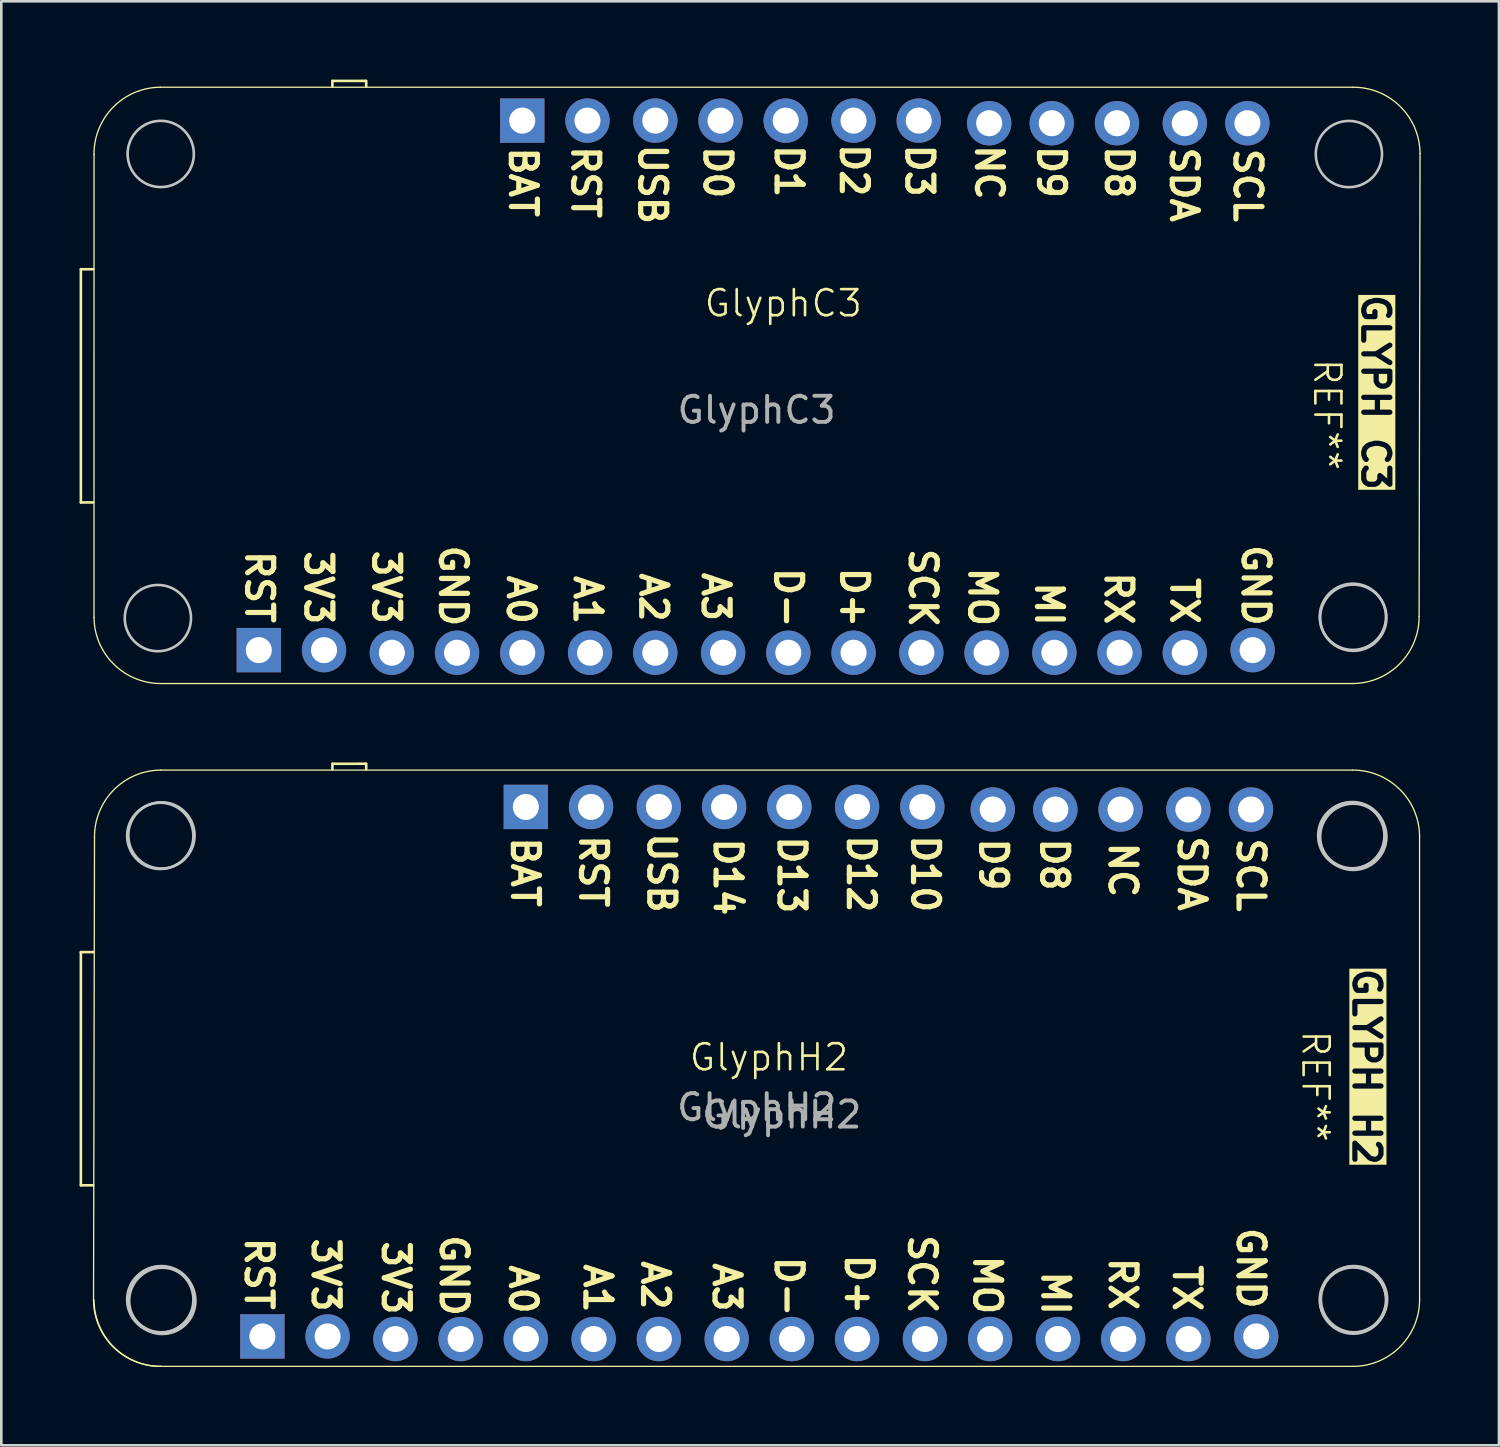
<source format=kicad_pcb>
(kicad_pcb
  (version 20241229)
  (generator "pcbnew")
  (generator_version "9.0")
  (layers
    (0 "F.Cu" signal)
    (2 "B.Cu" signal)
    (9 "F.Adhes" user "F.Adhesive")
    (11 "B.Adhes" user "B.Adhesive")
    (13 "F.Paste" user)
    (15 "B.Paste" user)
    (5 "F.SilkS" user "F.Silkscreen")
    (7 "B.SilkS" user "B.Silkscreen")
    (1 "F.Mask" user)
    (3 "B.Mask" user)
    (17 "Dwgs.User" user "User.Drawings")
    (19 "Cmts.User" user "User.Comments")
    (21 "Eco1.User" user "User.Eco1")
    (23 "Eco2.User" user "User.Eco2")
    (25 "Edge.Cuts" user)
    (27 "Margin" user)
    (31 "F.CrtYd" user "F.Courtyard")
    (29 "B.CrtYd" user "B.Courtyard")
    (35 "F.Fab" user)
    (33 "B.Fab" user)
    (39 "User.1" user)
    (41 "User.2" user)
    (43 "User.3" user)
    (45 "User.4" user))
  (footprint "GlyphH2"
    (layer "F.Cu")
    (at 26.829 37.585)
    (property "Reference" "GlyphH2" (at -0.4 -0.1 0) (unlocked yes) (layer "F.SilkS") (effects (font (size 1 1) (thickness 0.1))))
    (attr smd)
    (fp_line (start -26.779 -4.134) (end -26.779 4.806) (stroke (width 0.1) (type default)) (layer "F.SilkS"))
    (fp_line (start -26.779 4.806) (end -26.306 4.806) (stroke (width 0.1) (type default)) (layer "F.SilkS"))
    (fp_line (start -26.306 -4.134) (end -26.779 -4.134) (stroke (width 0.1) (type default)) (layer "F.SilkS"))
    (fp_line (start -26.293 9.208) (end -26.256 -8.536) (stroke (width 0.05) (type solid)) (layer "F.SilkS"))
    (fp_line (start -23.717 -11.112) (end 21.967 -11.112) (stroke (width 0.05) (type solid)) (layer "F.SilkS"))
    (fp_line (start -17.136 -11.142) (end -17.136 -11.354) (stroke (width 0.1) (type default)) (layer "F.SilkS"))
    (fp_line (start -17.126 -11.354) (end -15.856 -11.356) (stroke (width 0.1) (type default)) (layer "F.SilkS"))
    (fp_line (start -15.84 -11.142) (end -15.839 -11.356) (stroke (width 0.1) (type default)) (layer "F.SilkS"))
    (fp_line (start 22.003 11.748) (end -23.717 11.748) (stroke (width 0.05) (type solid)) (layer "F.SilkS"))
    (fp_line (start 24.543 -8.572) (end 24.543 9.172) (stroke (width 0.05) (type solid)) (layer "F.SilkS"))
    (fp_arc (start -26.256376 -8.535988) (mid -25.52 -10.35) (end -23.716635 -11.112081) (stroke (width 0.05) (type solid)) (layer "F.SilkS"))
    (fp_arc (start -23.716635 11.747917) (mid -25.530679 11.011573) (end -26.292728 9.208176) (stroke (width 0.05) (type solid)) (layer "F.SilkS"))
    (fp_arc (start -23.698589 11.747788) (mid -25.51259 11.0114) (end -26.274682 9.208047) (stroke (width 0.05) (type solid)) (layer "F.SilkS"))
    (fp_arc (start 21.967263 -11.111821) (mid 23.781264 -10.375433) (end 24.543356 -8.57208) (stroke (width 0.05) (type solid)) (layer "F.SilkS"))
    (fp_arc (start 24.543097 9.171825) (mid 23.806704 10.985821) (end 22.003356 11.747918) (stroke (width 0.05) (type solid)) (layer "F.SilkS"))
    (fp_circle (center -23.735 -8.59) (end -25.005 -8.59) (stroke (width 0.1) (type default)) (fill no) (layer "Dwgs.User"))
    (fp_circle (center -23.735 9.19) (end -25.005 9.19) (stroke (width 0.1) (type default)) (fill no) (layer "Dwgs.User"))
    (fp_circle (center -23.689 -8.608) (end -24.959 -8.608) (stroke (width 0.1) (type default)) (fill no) (layer "Dwgs.User"))
    (fp_circle (center -23.689 9.172) (end -24.959 9.172) (stroke (width 0.1) (type default)) (fill no) (layer "Dwgs.User"))
    (fp_circle (center -23.656 9.236) (end -22.386 9.236) (stroke (width 0.1) (type default)) (fill no) (layer "Dwgs.User"))
    (fp_circle (center 21.925 -8.6) (end 20.655 -8.6) (stroke (width 0.1) (type default)) (fill no) (layer "Dwgs.User"))
    (fp_circle (center 21.97 -8.618) (end 20.7 -8.618) (stroke (width 0.1) (type default)) (fill no) (layer "Dwgs.User"))
    (fp_circle (center 21.985 9.19) (end 20.715 9.19) (stroke (width 0.1) (type default)) (fill no) (layer "Dwgs.User"))
    (fp_circle (center 22.003 -8.554) (end 23.273 -8.554) (stroke (width 0.1) (type default)) (fill no) (layer "Dwgs.User"))
    (fp_circle (center 22.003 9.226) (end 23.273 9.226) (stroke (width 0.1) (type default)) (fill no) (layer "Dwgs.User"))
    (fp_circle (center 22.031 9.172) (end 20.761 9.172) (stroke (width 0.1) (type default)) (fill no) (layer "Dwgs.User"))
    (fp_text user "D9" (at 7.62 -8.6 270) (unlocked yes) (layer "F.SilkS") (effects (font (size 1 1) (thickness 0.2) (bold yes)) (justify left bottom)))
    (fp_text user "D10" (at 5.01 -8.72 270) (unlocked yes) (layer "F.SilkS") (effects (font (size 1 1) (thickness 0.2) (bold yes)) (justify left bottom)))
    (fp_text user "SCL" (at 17.49 -8.6 270) (unlocked yes) (layer "F.SilkS") (effects (font (size 1 1) (thickness 0.2) (bold yes)) (justify left bottom)))
    (fp_text user "D+" (at 2.47 7.36 270) (unlocked yes) (layer "F.SilkS") (effects (font (size 1 1) (thickness 0.2) (bold yes)) (justify left bottom)))
    (fp_text user "A2" (at -5.34 7.6 270) (unlocked yes) (layer "F.SilkS") (effects (font (size 1 1) (thickness 0.2) (bold yes)) (justify left bottom)))
    (fp_text user "GND" (at 17.49 6.33 270) (unlocked yes) (layer "F.SilkS") (effects (font (size 1 1) (thickness 0.2) (bold yes)) (justify left bottom)))
    (fp_text user "D14" (at -2.56 -8.6 270) (unlocked yes) (layer "F.SilkS") (effects (font (size 1 1) (thickness 0.2) (bold yes)) (justify left bottom)))
    (fp_text user "MO" (at 7.39 7.4 270) (unlocked yes) (layer "F.SilkS") (effects (font (size 1 1) (thickness 0.2) (bold yes)) (justify left bottom)))
    (fp_text user "A0" (at -10.41 7.76 270) (unlocked yes) (layer "F.SilkS") (effects (font (size 1 1) (thickness 0.2) (bold yes)) (justify left bottom)))
    (fp_text user "A3" (at -2.6 7.68 270) (unlocked yes) (layer "F.SilkS") (effects (font (size 1 1) (thickness 0.2) (bold yes)) (justify left bottom)))
    (fp_text user "TX" (at 15.04 7.76 270) (unlocked yes) (layer "F.SilkS") (effects (font (size 1 1) (thickness 0.2) (bold yes)) (justify left bottom)))
    (fp_text user "MI" (at 10 8 270) (unlocked yes) (layer "F.SilkS") (effects (font (size 1 1) (thickness 0.2) (bold yes)) (justify left bottom)))
    (fp_text user "3V3" (at -15.28 6.84 270) (unlocked yes) (layer "F.SilkS") (effects (font (size 1 1) (thickness 0.2) (bold yes)) (justify left bottom)))
    (fp_text user "REF**" (at 19.97 -1.2 270) (unlocked yes) (layer "F.SilkS") (effects (font (size 1 1) (thickness 0.1)) (justify left bottom)))
    (fp_text user "RX" (at 12.58 7.48 270) (unlocked yes) (layer "F.SilkS") (effects (font (size 1 1) (thickness 0.2) (bold yes)) (justify left bottom)))
    (fp_text user "SCK" (at 4.89 6.61 270) (unlocked yes) (layer "F.SilkS") (effects (font (size 1 1) (thickness 0.2) (bold yes)) (justify left bottom)))
    (fp_text user "D13" (at -0.11 -8.68 270) (unlocked yes) (layer "F.SilkS") (effects (font (size 1 1) (thickness 0.2) (bold yes)) (justify left bottom)))
    (fp_text user "USB" (at -5.1 -8.8 270) (unlocked yes) (layer "F.SilkS") (effects (font (size 1 1) (thickness 0.2) (bold yes)) (justify left bottom)))
    (fp_text user "BAT" (at -10.33 -8.64 270) (unlocked yes) (layer "F.SilkS") (effects (font (size 1 1) (thickness 0.2) (bold yes)) (justify left bottom)))
    (fp_text user "NC" (at 12.58 -8.44 270) (unlocked yes) (layer "F.SilkS") (effects (font (size 1 1) (thickness 0.2) (bold yes)) (justify left bottom)))
    (fp_text user "A1" (at -7.55 7.72 270) (unlocked yes) (layer "F.SilkS") (effects (font (size 1 1) (thickness 0.2) (bold yes)) (justify left bottom)))
    (fp_text user "D12" (at 2.55 -8.72 270) (unlocked yes) (layer "F.SilkS") (effects (font (size 1 1) (thickness 0.2) (bold yes)) (justify left bottom)))
    (fp_text user "GND" (at -13.06 6.61 270) (unlocked yes) (layer "F.SilkS") (effects (font (size 1 1) (thickness 0.2) (bold yes)) (justify left bottom)))
    (fp_text user "RST" (at -7.72 -8.72 270) (unlocked yes) (layer "F.SilkS") (effects (font (size 1 1) (thickness 0.2) (bold yes)) (justify left bottom)))
    (fp_text user "GLYPH H2" (at 21.93 -3.61 270) (unlocked yes) (layer "F.SilkS" knockout) (effects (font (size 1 1) (thickness 0.2) (bold yes)) (justify left bottom)))
    (fp_text user "3V3" (at -17.97 6.73 270) (unlocked yes) (layer "F.SilkS") (effects (font (size 1 1) (thickness 0.2) (bold yes)) (justify left bottom)))
    (fp_text user "D8" (at 9.96 -8.6 270) (unlocked yes) (layer "F.SilkS") (effects (font (size 1 1) (thickness 0.2) (bold yes)) (justify left bottom)))
    (fp_text user "D-" (at -0.22 7.44 270) (unlocked yes) (layer "F.SilkS") (effects (font (size 1 1) (thickness 0.2) (bold yes)) (justify left bottom)))
    (fp_text user "SDA" (at 15.23 -8.68 270) (unlocked yes) (layer "F.SilkS") (effects (font (size 1 1) (thickness 0.2) (bold yes)) (justify left bottom)))
    (fp_text user "RST" (at -20.54 6.71 270) (unlocked yes) (layer "F.SilkS") (effects (font (size 1 1) (thickness 0.2) (bold yes)) (justify left bottom)))
    (fp_text user "${REFERENCE}" (at 0.09 2.1 0) (unlocked yes) (layer "F.Fab") (effects (font (size 1 1) (thickness 0.15))))
    (fp_text user "${REFERENCE}" (at -0.866 1.818 0) (unlocked yes) (layer "F.Fab") (effects (font (size 1 1) (thickness 0.15))))
    (pad "1" thru_hole oval (at 18.08 -9.6 270) (size 1.7 1.7) (drill 1) (layers "*.Cu" "*.Mask"))
    (pad "2" thru_hole oval (at 15.68 -9.6 270) (size 1.7 1.7) (drill 1) (layers "*.Cu" "*.Mask"))
    (pad "3" thru_hole oval (at 13.08 -9.6 270) (size 1.7 1.7) (drill 1) (layers "*.Cu" "*.Mask"))
    (pad "4" thru_hole oval (at 10.58 -9.6 270) (size 1.7 1.7) (drill 1) (layers "*.Cu" "*.Mask"))
    (pad "5" thru_hole oval (at 8.18 -9.6 270) (size 1.7 1.7) (drill 1) (layers "*.Cu" "*.Mask"))
    (pad "6" thru_hole oval (at 5.48 -9.7 270) (size 1.7 1.7) (drill 1) (layers "*.Cu" "*.Mask"))
    (pad "7" thru_hole oval (at 2.98 -9.7 270) (size 1.7 1.7) (drill 1) (layers "*.Cu" "*.Mask"))
    (pad "8" thru_hole oval (at 0.38 -9.7 270) (size 1.7 1.7) (drill 1) (layers "*.Cu" "*.Mask"))
    (pad "9" thru_hole oval (at -2.12 -9.7 270) (size 1.7 1.7) (drill 1) (layers "*.Cu" "*.Mask"))
    (pad "10" thru_hole oval (at -4.62 -9.7 270) (size 1.7 1.7) (drill 1) (layers "*.Cu" "*.Mask"))
    (pad "11" thru_hole oval (at -7.22 -9.7 270) (size 1.7 1.7) (drill 1) (layers "*.Cu" "*.Mask"))
    (pad "12" thru_hole rect (at -9.72 -9.7 270) (size 1.7 1.7) (drill 1) (layers "*.Cu" "*.Mask"))
    (pad "13" thru_hole rect (at -19.82 10.6 270) (size 1.7 1.7) (drill 1) (layers "*.Cu" "*.Mask"))
    (pad "14" thru_hole oval (at -17.32 10.6 270) (size 1.7 1.7) (drill 1) (layers "*.Cu" "*.Mask"))
    (pad "15" thru_hole oval (at -14.72 10.7 270) (size 1.7 1.7) (drill 1) (layers "*.Cu" "*.Mask"))
    (pad "16" thru_hole oval (at -12.22 10.7 270) (size 1.7 1.7) (drill 1) (layers "*.Cu" "*.Mask"))
    (pad "17" thru_hole oval (at -9.72 10.7 270) (size 1.7 1.7) (drill 1) (layers "*.Cu" "*.Mask"))
    (pad "18" thru_hole oval (at -7.12 10.7 270) (size 1.7 1.7) (drill 1) (layers "*.Cu" "*.Mask"))
    (pad "19" thru_hole oval (at -4.62 10.7 270) (size 1.7 1.7) (drill 1) (layers "*.Cu" "*.Mask"))
    (pad "20" thru_hole oval (at -2.02 10.7 270) (size 1.7 1.7) (drill 1) (layers "*.Cu" "*.Mask"))
    (pad "21" thru_hole oval (at 0.48 10.7 270) (size 1.7 1.7) (drill 1) (layers "*.Cu" "*.Mask"))
    (pad "22" thru_hole oval (at 2.98 10.7 270) (size 1.7 1.7) (drill 1) (layers "*.Cu" "*.Mask"))
    (pad "23" thru_hole oval (at 5.58 10.7 270) (size 1.7 1.7) (drill 1) (layers "*.Cu" "*.Mask"))
    (pad "24" thru_hole oval (at 8.08 10.7 270) (size 1.7 1.7) (drill 1) (layers "*.Cu" "*.Mask"))
    (pad "25" thru_hole oval (at 10.68 10.7 270) (size 1.7 1.7) (drill 1) (layers "*.Cu" "*.Mask"))
    (pad "26" thru_hole oval (at 13.18 10.7 270) (size 1.7 1.7) (drill 1) (layers "*.Cu" "*.Mask"))
    (pad "27" thru_hole oval (at 15.68 10.7 270) (size 1.7 1.7) (drill 1) (layers "*.Cu" "*.Mask"))
    (pad "28" thru_hole oval (at 18.28 10.6 270) (size 1.7 1.7) (drill 1) (layers "*.Cu" "*.Mask")))
  (footprint "GlyphC3"
    (layer "F.Cu")
    (at 25.879 11.676)
    (property "Reference" "GlyphC3" (at 1.1 -3.1 0) (unlocked yes) (layer "F.SilkS") (effects (font (size 1 1) (thickness 0.1))))
    (attr smd)
    (fp_line (start -25.829 -4.404) (end -25.829 4.536) (stroke (width 0.1) (type default)) (layer "F.SilkS"))
    (fp_line (start -25.829 4.536) (end -25.356 4.536) (stroke (width 0.1) (type default)) (layer "F.SilkS"))
    (fp_line (start -25.356 -4.404) (end -25.829 -4.404) (stroke (width 0.1) (type default)) (layer "F.SilkS"))
    (fp_line (start -25.325 8.938) (end -25.324 -8.806) (stroke (width 0.05) (type solid)) (layer "F.SilkS"))
    (fp_line (start -22.785 -11.382) (end 22.935 -11.382) (stroke (width 0.05) (type solid)) (layer "F.SilkS"))
    (fp_line (start -16.186 -11.412) (end -16.186 -11.624) (stroke (width 0.1) (type default)) (layer "F.SilkS"))
    (fp_line (start -16.176 -11.624) (end -14.906 -11.626) (stroke (width 0.1) (type default)) (layer "F.SilkS"))
    (fp_line (start -14.89 -11.412) (end -14.889 -11.626) (stroke (width 0.1) (type default)) (layer "F.SilkS"))
    (fp_line (start 22.935 11.478) (end -22.749 11.478) (stroke (width 0.05) (type solid)) (layer "F.SilkS"))
    (fp_line (start 25.511 -8.842) (end 25.475 8.902) (stroke (width 0.05) (type solid)) (layer "F.SilkS"))
    (fp_arc (start -25.324422 -8.805858) (mid -24.588029 -10.619854) (end -22.784681 -11.381951) (stroke (width 0.05) (type solid)) (layer "F.SilkS"))
    (fp_arc (start -22.748588 11.477788) (mid -24.562589 10.7414) (end -25.324681 8.938047) (stroke (width 0.05) (type solid)) (layer "F.SilkS"))
    (fp_arc (start 22.93531 -11.38195) (mid 24.749354 -10.645606) (end 25.511403 -8.842209) (stroke (width 0.05) (type solid)) (layer "F.SilkS"))
    (fp_arc (start 25.475051 8.901955) (mid 24.738675 10.715967) (end 22.93531 11.478048) (stroke (width 0.05) (type solid)) (layer "F.SilkS"))
    (fp_circle (center -22.876 8.97) (end -24.146 8.97) (stroke (width 0.1) (type default)) (fill no) (layer "Dwgs.User"))
    (fp_circle (center -22.767 -8.824) (end -21.497 -8.824) (stroke (width 0.1) (type default)) (fill no) (layer "Dwgs.User"))
    (fp_circle (center 22.784 -8.82) (end 21.514 -8.82) (stroke (width 0.1) (type default)) (fill no) (layer "Dwgs.User"))
    (fp_circle (center 22.935 8.92) (end 21.665 8.92) (stroke (width 0.1) (type default)) (fill no) (layer "Dwgs.User"))
    (fp_circle (center 22.953 8.956) (end 24.223 8.956) (stroke (width 0.1) (type default)) (fill no) (layer "Dwgs.User"))
    (fp_text user "USB" (at -4.5 -9.29 270) (unlocked yes) (layer "F.SilkS") (effects (font (size 1 1) (thickness 0.2) (bold yes)) (justify left bottom)))
    (fp_text user "D9" (at 10.79 -9.24 270) (unlocked yes) (layer "F.SilkS") (effects (font (size 1 1) (thickness 0.2) (bold yes)) (justify left bottom)))
    (fp_text user "D8" (at 13.39 -9.23 270) (unlocked yes) (layer "F.SilkS") (effects (font (size 1 1) (thickness 0.2) (bold yes)) (justify left bottom)))
    (fp_text user "D2" (at 3.23 -9.31 270) (unlocked yes) (layer "F.SilkS") (effects (font (size 1 1) (thickness 0.2) (bold yes)) (justify left bottom)))
    (fp_text user "RST" (at -7.07 -9.23 270) (unlocked yes) (layer "F.SilkS") (effects (font (size 1 1) (thickness 0.2) (bold yes)) (justify left bottom)))
    (fp_text user "SDA" (at 15.88 -9.18 270) (unlocked yes) (layer "F.SilkS") (effects (font (size 1 1) (thickness 0.2) (bold yes)) (justify left bottom)))
    (fp_text user "MI" (at 10.71 7.49 270) (unlocked yes) (layer "F.SilkS") (effects (font (size 1 1) (thickness 0.2) (bold yes)) (justify left bottom)))
    (fp_text user "BAT" (at -9.46 -9.18 270) (unlocked yes) (layer "F.SilkS") (effects (font (size 1 1) (thickness 0.2) (bold yes)) (justify left bottom)))
    (fp_text user "RX" (at 13.37 7.11 270) (unlocked yes) (layer "F.SilkS") (effects (font (size 1 1) (thickness 0.2) (bold yes)) (justify left bottom)))
    (fp_text user "TX" (at 15.89 7.32 270) (unlocked yes) (layer "F.SilkS") (effects (font (size 1 1) (thickness 0.2) (bold yes)) (justify left bottom)))
    (fp_text user "D3" (at 5.74 -9.29 270) (unlocked yes) (layer "F.SilkS") (effects (font (size 1 1) (thickness 0.2) (bold yes)) (justify left bottom)))
    (fp_text user "GND" (at 18.63 6.06 270) (unlocked yes) (layer "F.SilkS") (effects (font (size 1 1) (thickness 0.2) (bold yes)) (justify left bottom)))
    (fp_text user "D1" (at 0.73 -9.27 270) (unlocked yes) (layer "F.SilkS") (effects (font (size 1 1) (thickness 0.2) (bold yes)) (justify left bottom)))
    (fp_text user "D+" (at 3.24 6.93 270) (unlocked yes) (layer "F.SilkS") (effects (font (size 1 1) (thickness 0.2) (bold yes)) (justify left bottom)))
    (fp_text user "SCK" (at 5.87 6.21 270) (unlocked yes) (layer "F.SilkS") (effects (font (size 1 1) (thickness 0.2) (bold yes)) (justify left bottom)))
    (fp_text user "SCL" (at 18.32 -9.13 270) (unlocked yes) (layer "F.SilkS") (effects (font (size 1 1) (thickness 0.2) (bold yes)) (justify left bottom)))
    (fp_text user "MO" (at 8.15 6.93 270) (unlocked yes) (layer "F.SilkS") (effects (font (size 1 1) (thickness 0.2) (bold yes)) (justify left bottom)))
    (fp_text user "NC" (at 8.41 -9.27 270) (unlocked yes) (layer "F.SilkS") (effects (font (size 1 1) (thickness 0.2) (bold yes)) (justify left bottom)))
    (fp_text user "A3" (at -2.07 7.12 270) (unlocked yes) (layer "F.SilkS") (effects (font (size 1 1) (thickness 0.2) (bold yes)) (justify left bottom)))
    (fp_text user "D-" (at 0.71 6.94 270) (unlocked yes) (layer "F.SilkS") (effects (font (size 1 1) (thickness 0.2) (bold yes)) (justify left bottom)))
    (fp_text user "RST" (at -19.57 6.29 270) (unlocked yes) (layer "F.SilkS") (effects (font (size 1 1) (thickness 0.2) (bold yes)) (justify left bottom)))
    (fp_text user "A2" (at -4.46 7.14 270) (unlocked yes) (layer "F.SilkS") (effects (font (size 1 1) (thickness 0.2) (bold yes)) (justify left bottom)))
    (fp_text user "GND" (at -12.14 6.08 270) (unlocked yes) (layer "F.SilkS") (effects (font (size 1 1) (thickness 0.2) (bold yes)) (justify left bottom)))
    (fp_text user "REF**" (at 21.37 -1.04 270) (unlocked yes) (layer "F.SilkS") (effects (font (size 1 1) (thickness 0.1)) (justify left bottom)))
    (fp_text user "D0" (at -2 -9.23 270) (unlocked yes) (layer "F.SilkS") (effects (font (size 1 1) (thickness 0.2) (bold yes)) (justify left bottom)))
    (fp_text user "A0" (at -9.54 7.23 270) (unlocked yes) (layer "F.SilkS") (effects (font (size 1 1) (thickness 0.2) (bold yes)) (justify left bottom)))
    (fp_text user "A1" (at -6.98 7.24 270) (unlocked yes) (layer "F.SilkS") (effects (font (size 1 1) (thickness 0.2) (bold yes)) (justify left bottom)))
    (fp_text user "3V3" (at -14.7 6.27 270) (unlocked yes) (layer "F.SilkS") (effects (font (size 1 1) (thickness 0.2) (bold yes)) (justify left bottom)))
    (fp_text user "GLYPH C3" (at 23.22 -3.53 270) (unlocked yes) (layer "F.SilkS" knockout) (effects (font (size 1 1) (thickness 0.2) (bold yes)) (justify left bottom)))
    (fp_text user "3V3" (at -17.3 6.29 270) (unlocked yes) (layer "F.SilkS") (effects (font (size 1 1) (thickness 0.2) (bold yes)) (justify left bottom)))
    (fp_text user "${REFERENCE}" (at 0.076 0.992 0) (unlocked yes) (layer "F.Fab") (effects (font (size 1 1) (thickness 0.15))))
    (pad "1" thru_hole oval (at 18.893 -10.002 270) (size 1.7 1.7) (drill 1) (layers "*.Cu" "*.Mask"))
    (pad "2" thru_hole oval (at 16.493 -10.002 270) (size 1.7 1.7) (drill 1) (layers "*.Cu" "*.Mask"))
    (pad "3" thru_hole oval (at 13.893 -10.002 270) (size 1.7 1.7) (drill 1) (layers "*.Cu" "*.Mask"))
    (pad "4" thru_hole oval (at 11.393 -10.002 270) (size 1.7 1.7) (drill 1) (layers "*.Cu" "*.Mask"))
    (pad "5" thru_hole oval (at 8.993 -10.002 270) (size 1.7 1.7) (drill 1) (layers "*.Cu" "*.Mask"))
    (pad "6" thru_hole oval (at 6.293 -10.102 270) (size 1.7 1.7) (drill 1) (layers "*.Cu" "*.Mask"))
    (pad "7" thru_hole oval (at 3.793 -10.102 270) (size 1.7 1.7) (drill 1) (layers "*.Cu" "*.Mask"))
    (pad "8" thru_hole oval (at 1.193 -10.102 270) (size 1.7 1.7) (drill 1) (layers "*.Cu" "*.Mask"))
    (pad "9" thru_hole oval (at -1.307 -10.102 270) (size 1.7 1.7) (drill 1) (layers "*.Cu" "*.Mask"))
    (pad "10" thru_hole oval (at -3.807 -10.102 270) (size 1.7 1.7) (drill 1) (layers "*.Cu" "*.Mask"))
    (pad "11" thru_hole oval (at -6.407 -10.102 270) (size 1.7 1.7) (drill 1) (layers "*.Cu" "*.Mask"))
    (pad "12" thru_hole rect (at -8.907 -10.102 270) (size 1.7 1.7) (drill 1) (layers "*.Cu" "*.Mask"))
    (pad "13" thru_hole rect (at -19.007 10.198 270) (size 1.7 1.7) (drill 1) (layers "*.Cu" "*.Mask"))
    (pad "14" thru_hole oval (at -16.507 10.198 270) (size 1.7 1.7) (drill 1) (layers "*.Cu" "*.Mask"))
    (pad "15" thru_hole oval (at -13.907 10.298 270) (size 1.7 1.7) (drill 1) (layers "*.Cu" "*.Mask"))
    (pad "16" thru_hole oval (at -11.407 10.298 270) (size 1.7 1.7) (drill 1) (layers "*.Cu" "*.Mask"))
    (pad "17" thru_hole oval (at -8.907 10.298 270) (size 1.7 1.7) (drill 1) (layers "*.Cu" "*.Mask"))
    (pad "18" thru_hole oval (at -6.307 10.298 270) (size 1.7 1.7) (drill 1) (layers "*.Cu" "*.Mask"))
    (pad "19" thru_hole oval (at -3.807 10.298 270) (size 1.7 1.7) (drill 1) (layers "*.Cu" "*.Mask"))
    (pad "20" thru_hole oval (at -1.207 10.298 270) (size 1.7 1.7) (drill 1) (layers "*.Cu" "*.Mask"))
    (pad "21" thru_hole oval (at 1.293 10.298 270) (size 1.7 1.7) (drill 1) (layers "*.Cu" "*.Mask"))
    (pad "22" thru_hole oval (at 3.793 10.298 270) (size 1.7 1.7) (drill 1) (layers "*.Cu" "*.Mask"))
    (pad "23" thru_hole oval (at 6.393 10.298 270) (size 1.7 1.7) (drill 1) (layers "*.Cu" "*.Mask"))
    (pad "24" thru_hole oval (at 8.893 10.298 270) (size 1.7 1.7) (drill 1) (layers "*.Cu" "*.Mask"))
    (pad "25" thru_hole oval (at 11.493 10.298 270) (size 1.7 1.7) (drill 1) (layers "*.Cu" "*.Mask"))
    (pad "26" thru_hole oval (at 13.993 10.298 270) (size 1.7 1.7) (drill 1) (layers "*.Cu" "*.Mask"))
    (pad "27" thru_hole oval (at 16.493 10.298 270) (size 1.7 1.7) (drill 1) (layers "*.Cu" "*.Mask"))
    (pad "28" thru_hole oval (at 19.093 10.198 270) (size 1.7 1.7) (drill 1) (layers "*.Cu" "*.Mask")))
  (gr_rect
    (start -3 -3)
    (end 54.415 52.358)
    (stroke (width 0.1) (type default))
    (fill no)
    (layer "Edge.Cuts")))
</source>
